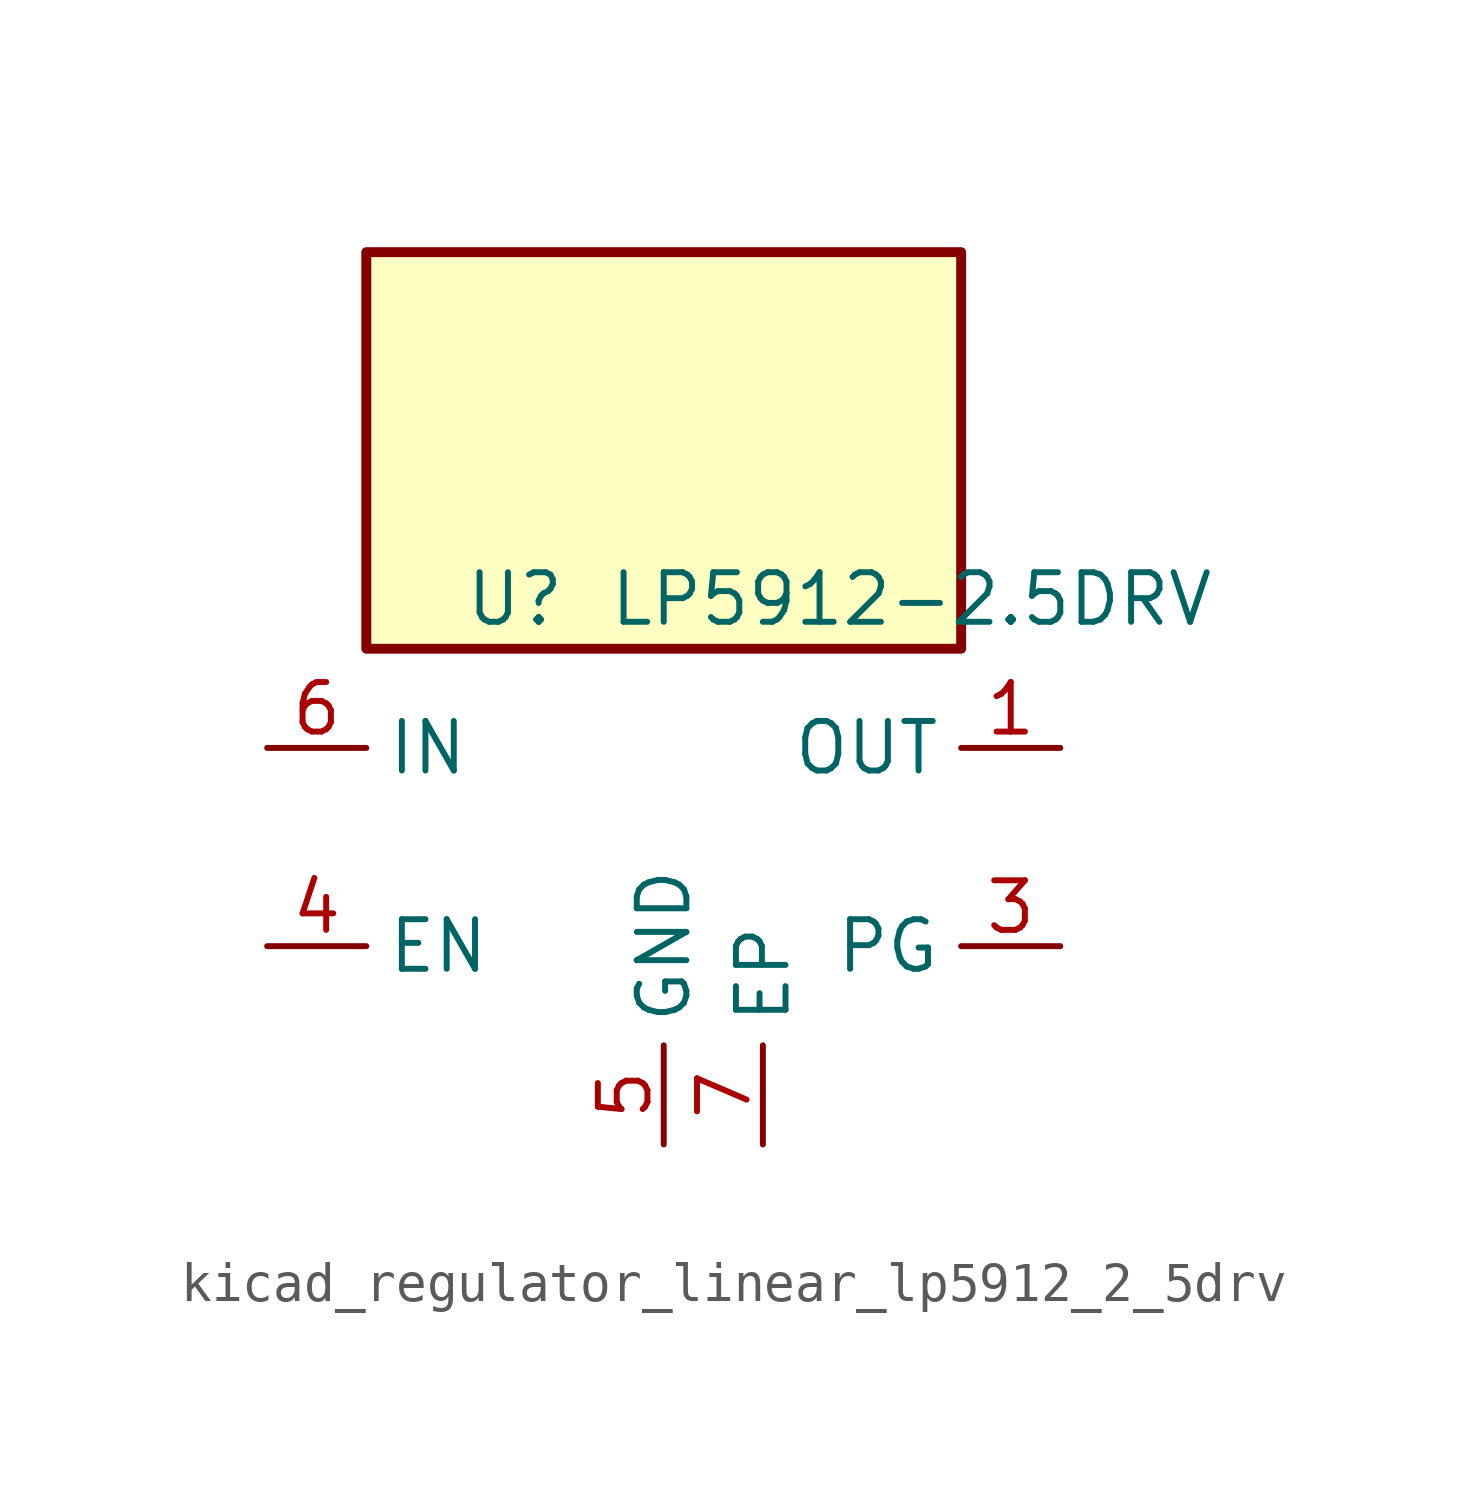
<source format=kicad_sym>
(kicad_symbol_lib
  (version 20220914)
  (generator kicad_symbol_editor)
  (symbol "kicad_regulator_linear_lp5912_2_5drv"
    (property "Reference" "U"
      (at -3.81 6.35 0)
      (effects (font (size 1.27 1.27))))
    (property "Value" "LP5912-2.5DRV"
      (at 6.35 6.35 0)
      (effects (font (size 1.27 1.27))))
    (symbol "kicad_regulator_linear_lp5912_2_5drv_0_1"
      (rectangle (start 7.62 15.24) (end -7.62 5.08) (stroke (width 0.254) (type default)) (fill (type background)))
      (pin power_out line (at 10.16 2.54 180) (length 2.54) (name "OUT" (effects (font (size 1.27 1.27)))) (number "1" (effects (font (size 1.27 1.27)))))
      (pin no_connect line (at 7.62 0 180) (length 2.54) hide (name "NC" (effects (font (size 1.27 1.27)))) (number "2" (effects (font (size 1.27 1.27)))))
      (pin input line (at -10.16 -2.54 0) (length 2.54) (name "EN" (effects (font (size 1.27 1.27)))) (number "4" (effects (font (size 1.27 1.27)))))
      (pin power_in line (at 0 -7.62 90) (length 2.54) (name "GND" (effects (font (size 1.27 1.27)))) (number "5" (effects (font (size 1.27 1.27)))))
      (pin power_in line (at -10.16 2.54 0) (length 2.54) (name "IN" (effects (font (size 1.27 1.27)))) (number "6" (effects (font (size 1.27 1.27))))))
    (symbol "kicad_regulator_linear_lp5912_2_5drv_1_1"
      (pin open_collector line (at 10.16 -2.54 180) (length 2.54) (name "PG" (effects (font (size 1.27 1.27)))) (number "3" (effects (font (size 1.27 1.27)))))
      (pin passive line (at 2.54 -7.62 90) (length 2.54) (name "EP" (effects (font (size 1.27 1.27)))) (number "7" (effects (font (size 1.27 1.27))))))))
</source>
